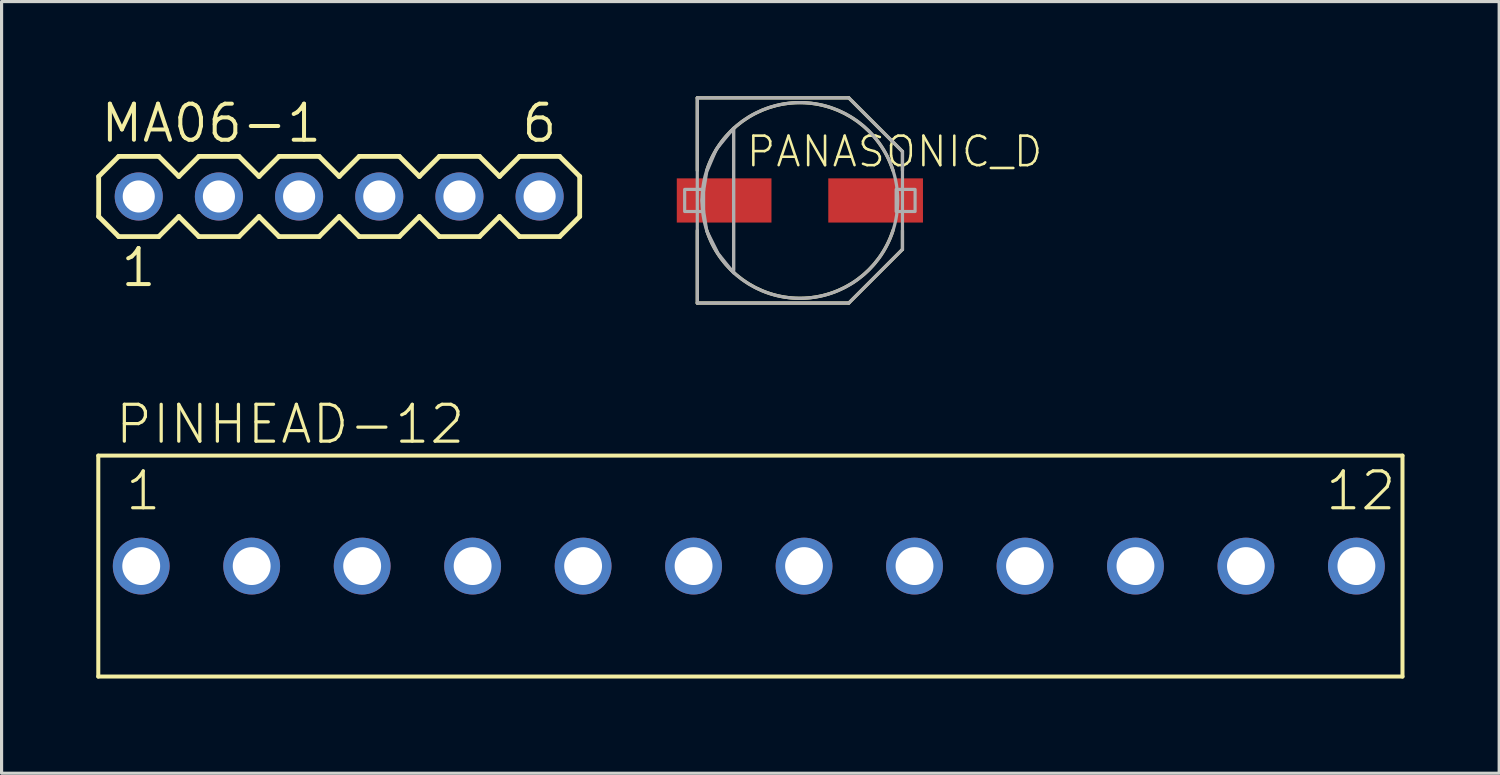
<source format=kicad_pcb>
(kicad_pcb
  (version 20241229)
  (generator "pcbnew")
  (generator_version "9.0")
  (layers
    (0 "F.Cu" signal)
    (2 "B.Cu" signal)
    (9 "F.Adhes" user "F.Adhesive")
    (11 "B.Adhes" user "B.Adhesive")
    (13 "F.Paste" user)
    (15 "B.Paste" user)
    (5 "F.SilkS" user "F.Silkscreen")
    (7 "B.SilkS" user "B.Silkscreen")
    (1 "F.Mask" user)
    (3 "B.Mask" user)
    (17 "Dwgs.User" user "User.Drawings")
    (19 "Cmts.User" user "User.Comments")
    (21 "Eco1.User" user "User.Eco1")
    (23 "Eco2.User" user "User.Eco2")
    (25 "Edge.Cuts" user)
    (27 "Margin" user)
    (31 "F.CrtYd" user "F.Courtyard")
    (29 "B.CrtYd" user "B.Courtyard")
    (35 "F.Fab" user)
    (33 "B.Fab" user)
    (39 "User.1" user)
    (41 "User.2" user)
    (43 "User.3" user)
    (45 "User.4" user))
  (footprint "PINHEAD-12"
    (layer "F.Cu")
    (at 18.924 14.885)
    (property "Reference" "PINHEAD-12" (at -18.38 -3.81 0) (unlocked yes) (layer "F.SilkS") (effects (font (size 1.168 1.168) (thickness 0.102)) (justify left bottom)))
    (fp_line (start -18.86 -3.5) (end -18.86 3.5) (stroke (width 0.127) (type solid)) (layer "F.SilkS"))
    (fp_line (start -18.86 3.5) (end 22.46 3.5) (stroke (width 0.127) (type solid)) (layer "F.SilkS"))
    (fp_line (start 22.46 -3.5) (end -18.86 -3.5) (stroke (width 0.127) (type solid)) (layer "F.SilkS"))
    (fp_line (start 22.46 3.5) (end 22.46 -3.5) (stroke (width 0.127) (type solid)) (layer "F.SilkS"))
    (fp_text user "12" (at 19.96 -1.7 0) (unlocked yes) (layer "F.SilkS") (effects (font (size 1.168 1.168) (thickness 0.102)) (justify left bottom)))
    (fp_text user "1" (at -18.06 -1.7 0) (unlocked yes) (layer "F.SilkS") (effects (font (size 1.168 1.168) (thickness 0.102)) (justify left bottom)))
    (pad "1" thru_hole circle (at -17.5 0) (size 1.8 1.8) (drill 1.2) (layers "*.Cu" "*.Mask"))
    (pad "2" thru_hole circle (at -14 0) (size 1.8 1.8) (drill 1.2) (layers "*.Cu" "*.Mask"))
    (pad "3" thru_hole circle (at -10.5 0) (size 1.8 1.8) (drill 1.2) (layers "*.Cu" "*.Mask"))
    (pad "4" thru_hole circle (at -7 0) (size 1.8 1.8) (drill 1.2) (layers "*.Cu" "*.Mask"))
    (pad "5" thru_hole circle (at -3.5 0) (size 1.8 1.8) (drill 1.2) (layers "*.Cu" "*.Mask"))
    (pad "6" thru_hole circle (at 0 0) (size 1.8 1.8) (drill 1.2) (layers "*.Cu" "*.Mask"))
    (pad "7" thru_hole circle (at 3.5 0) (size 1.8 1.8) (drill 1.2) (layers "*.Cu" "*.Mask"))
    (pad "8" thru_hole circle (at 7 0) (size 1.8 1.8) (drill 1.2) (layers "*.Cu" "*.Mask"))
    (pad "9" thru_hole circle (at 10.5 0) (size 1.8 1.8) (drill 1.2) (layers "*.Cu" "*.Mask"))
    (pad "10" thru_hole circle (at 14 0) (size 1.8 1.8) (drill 1.2) (layers "*.Cu" "*.Mask"))
    (pad "11" thru_hole circle (at 17.5 0) (size 1.8 1.8) (drill 1.2) (layers "*.Cu" "*.Mask"))
    (pad "12" thru_hole circle (at 21 0) (size 1.8 1.8) (drill 1.2) (layers "*.Cu" "*.Mask")))
  (footprint "PANASONIC_D"
    (layer "F.Cu")
    (at 22.292 3.301)
    (property "Reference" "PANASONIC_D" (at -1.75 -1 0) (unlocked yes) (layer "F.SilkS") (effects (font (size 0.935 0.935) (thickness 0.081)) (justify left bottom)))
    (fp_line (start -3.25 -3.25) (end 1.55 -3.25) (stroke (width 0.102) (type solid)) (layer "F.SilkS"))
    (fp_line (start -3.25 -0.95) (end -3.25 -3.25) (stroke (width 0.102) (type solid)) (layer "F.SilkS"))
    (fp_line (start -3.25 3.25) (end -3.25 0.95) (stroke (width 0.102) (type solid)) (layer "F.SilkS"))
    (fp_line (start 1.55 -3.25) (end 3.25 -1.55) (stroke (width 0.102) (type solid)) (layer "F.SilkS"))
    (fp_line (start 1.55 3.25) (end -3.25 3.25) (stroke (width 0.102) (type solid)) (layer "F.SilkS"))
    (fp_line (start 3.25 -1.55) (end 3.25 -0.95) (stroke (width 0.102) (type solid)) (layer "F.SilkS"))
    (fp_line (start 3.25 0.95) (end 3.25 1.55) (stroke (width 0.102) (type solid)) (layer "F.SilkS"))
    (fp_line (start 3.25 1.55) (end 1.55 3.25) (stroke (width 0.102) (type solid)) (layer "F.SilkS"))
    (fp_arc (start -2.95 -0.95) (mid 0 -3.099193) (end 2.95 -0.95) (stroke (width 0.1016) (type solid)) (layer "F.SilkS"))
    (fp_arc (start 2.95 0.95) (mid 0 3.099193) (end -2.95 0.95) (stroke (width 0.1016) (type solid)) (layer "F.SilkS"))
    (fp_line (start -3.25 -3.25) (end 1.55 -3.25) (stroke (width 0.102) (type solid)) (layer "F.Fab"))
    (fp_line (start -3.25 3.25) (end -3.25 -3.25) (stroke (width 0.102) (type solid)) (layer "F.Fab"))
    (fp_line (start -2.1 -2.25) (end -2.1 2.2) (stroke (width 0.102) (type solid)) (layer "F.Fab"))
    (fp_line (start 1.55 -3.25) (end 3.25 -1.55) (stroke (width 0.102) (type solid)) (layer "F.Fab"))
    (fp_line (start 1.55 3.25) (end -3.25 3.25) (stroke (width 0.102) (type solid)) (layer "F.Fab"))
    (fp_line (start 3.25 -1.55) (end 3.25 1.55) (stroke (width 0.102) (type solid)) (layer "F.Fab"))
    (fp_line (start 3.25 1.55) (end 1.55 3.25) (stroke (width 0.102) (type solid)) (layer "F.Fab"))
    (fp_circle (center 0 0) (end 3.1 0) (stroke (width 0.102) (type solid)) (fill no) (layer "F.Fab"))
    (fp_poly (pts (xy -3.65 0.35) (xy -3.05 0.35) (xy -3.05 -0.35) (xy -3.65 -0.35)) (stroke (width 0.1) (type default)) (fill no) (layer "F.Fab"))
    (fp_poly (pts (xy 3.05 0.35) (xy 3.65 0.35) (xy 3.65 -0.35) (xy 3.05 -0.35)) (stroke (width 0.1) (type default)) (fill no) (layer "F.Fab"))
    (fp_poly (pts (xy -2.099 2.295) (xy -2.593 1.678) (xy -2.949 0.966) (xy -3.101 -0.00022) (xy -2.949 -0.914) (xy -2.644 -1.627) (xy -2.099 -2.292)) (stroke (width 0.1) (type default)) (fill no) (layer "F.Fab"))
    (pad "+" smd rect (at 2.4 0) (size 3 1.4) (layers "F.Cu" "F.Mask" "F.Paste"))
    (pad "-" smd rect (at -2.4 0) (size 3 1.4) (layers "F.Cu" "F.Mask" "F.Paste")))
  (footprint "MA06-1"
    (layer "F.Cu")
    (at 7.696 3.175)
    (property "Reference" "MA06-1" (at -7.62 -1.651 0) (unlocked yes) (layer "F.SilkS") (effects (font (size 1.143 1.143) (thickness 0.127)) (justify left bottom)))
    (fp_line (start -7.62 -0.635) (end -7.62 0.635) (stroke (width 0.152) (type solid)) (layer "F.SilkS"))
    (fp_line (start -7.62 0.635) (end -6.985 1.27) (stroke (width 0.152) (type solid)) (layer "F.SilkS"))
    (fp_line (start -6.985 -1.27) (end -7.62 -0.635) (stroke (width 0.152) (type solid)) (layer "F.SilkS"))
    (fp_line (start -6.985 -1.27) (end -5.715 -1.27) (stroke (width 0.152) (type solid)) (layer "F.SilkS"))
    (fp_line (start -5.715 -1.27) (end -5.08 -0.635) (stroke (width 0.152) (type solid)) (layer "F.SilkS"))
    (fp_line (start -5.715 1.27) (end -6.985 1.27) (stroke (width 0.152) (type solid)) (layer "F.SilkS"))
    (fp_line (start -5.08 -0.635) (end -4.445 -1.27) (stroke (width 0.152) (type solid)) (layer "F.SilkS"))
    (fp_line (start -5.08 0.635) (end -5.715 1.27) (stroke (width 0.152) (type solid)) (layer "F.SilkS"))
    (fp_line (start -4.445 -1.27) (end -3.175 -1.27) (stroke (width 0.152) (type solid)) (layer "F.SilkS"))
    (fp_line (start -4.445 1.27) (end -5.08 0.635) (stroke (width 0.152) (type solid)) (layer "F.SilkS"))
    (fp_line (start -3.175 -1.27) (end -2.54 -0.635) (stroke (width 0.152) (type solid)) (layer "F.SilkS"))
    (fp_line (start -3.175 1.27) (end -4.445 1.27) (stroke (width 0.152) (type solid)) (layer "F.SilkS"))
    (fp_line (start -2.54 -0.635) (end -1.905 -1.27) (stroke (width 0.152) (type solid)) (layer "F.SilkS"))
    (fp_line (start -2.54 0.635) (end -3.175 1.27) (stroke (width 0.152) (type solid)) (layer "F.SilkS"))
    (fp_line (start -1.905 -1.27) (end -0.635 -1.27) (stroke (width 0.152) (type solid)) (layer "F.SilkS"))
    (fp_line (start -1.905 1.27) (end -2.54 0.635) (stroke (width 0.152) (type solid)) (layer "F.SilkS"))
    (fp_line (start -0.635 -1.27) (end 0 -0.635) (stroke (width 0.152) (type solid)) (layer "F.SilkS"))
    (fp_line (start -0.635 1.27) (end -1.905 1.27) (stroke (width 0.152) (type solid)) (layer "F.SilkS"))
    (fp_line (start 0 0.635) (end -0.635 1.27) (stroke (width 0.152) (type solid)) (layer "F.SilkS"))
    (fp_line (start 0 0.635) (end 0.635 1.27) (stroke (width 0.152) (type solid)) (layer "F.SilkS"))
    (fp_line (start 0.635 -1.27) (end 0 -0.635) (stroke (width 0.152) (type solid)) (layer "F.SilkS"))
    (fp_line (start 0.635 -1.27) (end 1.905 -1.27) (stroke (width 0.152) (type solid)) (layer "F.SilkS"))
    (fp_line (start 1.905 -1.27) (end 2.54 -0.635) (stroke (width 0.152) (type solid)) (layer "F.SilkS"))
    (fp_line (start 1.905 1.27) (end 0.635 1.27) (stroke (width 0.152) (type solid)) (layer "F.SilkS"))
    (fp_line (start 2.54 -0.635) (end 3.175 -1.27) (stroke (width 0.152) (type solid)) (layer "F.SilkS"))
    (fp_line (start 2.54 0.635) (end 1.905 1.27) (stroke (width 0.152) (type solid)) (layer "F.SilkS"))
    (fp_line (start 3.175 -1.27) (end 4.445 -1.27) (stroke (width 0.152) (type solid)) (layer "F.SilkS"))
    (fp_line (start 3.175 1.27) (end 2.54 0.635) (stroke (width 0.152) (type solid)) (layer "F.SilkS"))
    (fp_line (start 4.445 -1.27) (end 5.08 -0.635) (stroke (width 0.152) (type solid)) (layer "F.SilkS"))
    (fp_line (start 4.445 1.27) (end 3.175 1.27) (stroke (width 0.152) (type solid)) (layer "F.SilkS"))
    (fp_line (start 5.08 -0.635) (end 5.715 -1.27) (stroke (width 0.152) (type solid)) (layer "F.SilkS"))
    (fp_line (start 5.08 0.635) (end 4.445 1.27) (stroke (width 0.152) (type solid)) (layer "F.SilkS"))
    (fp_line (start 5.715 -1.27) (end 6.985 -1.27) (stroke (width 0.152) (type solid)) (layer "F.SilkS"))
    (fp_line (start 5.715 1.27) (end 5.08 0.635) (stroke (width 0.152) (type solid)) (layer "F.SilkS"))
    (fp_line (start 6.985 -1.27) (end 7.62 -0.635) (stroke (width 0.152) (type solid)) (layer "F.SilkS"))
    (fp_line (start 6.985 1.27) (end 5.715 1.27) (stroke (width 0.152) (type solid)) (layer "F.SilkS"))
    (fp_line (start 7.62 -0.635) (end 7.62 0.635) (stroke (width 0.152) (type solid)) (layer "F.SilkS"))
    (fp_line (start 7.62 0.635) (end 6.985 1.27) (stroke (width 0.152) (type solid)) (layer "F.SilkS"))
    (fp_poly (pts (xy -6.604 0.254) (xy -6.096 0.254) (xy -6.096 -0.254) (xy -6.604 -0.254)) (stroke (width 0.1) (type default)) (fill no) (layer "F.Fab"))
    (fp_poly (pts (xy -4.064 0.254) (xy -3.556 0.254) (xy -3.556 -0.254) (xy -4.064 -0.254)) (stroke (width 0.1) (type default)) (fill no) (layer "F.Fab"))
    (fp_poly (pts (xy -1.524 0.254) (xy -1.016 0.254) (xy -1.016 -0.254) (xy -1.524 -0.254)) (stroke (width 0.1) (type default)) (fill no) (layer "F.Fab"))
    (fp_poly (pts (xy 1.016 0.254) (xy 1.524 0.254) (xy 1.524 -0.254) (xy 1.016 -0.254)) (stroke (width 0.1) (type default)) (fill no) (layer "F.Fab"))
    (fp_poly (pts (xy 3.556 0.254) (xy 4.064 0.254) (xy 4.064 -0.254) (xy 3.556 -0.254)) (stroke (width 0.1) (type default)) (fill no) (layer "F.Fab"))
    (fp_poly (pts (xy 6.096 0.254) (xy 6.604 0.254) (xy 6.604 -0.254) (xy 6.096 -0.254)) (stroke (width 0.1) (type default)) (fill no) (layer "F.Fab"))
    (fp_text user "1" (at -6.985 2.921 0) (unlocked yes) (layer "F.SilkS") (effects (font (size 1.143 1.143) (thickness 0.127)) (justify left bottom)))
    (fp_text user "6" (at 5.715 -1.651 0) (unlocked yes) (layer "F.SilkS") (effects (font (size 1.143 1.143) (thickness 0.127)) (justify left bottom)))
    (pad "1" thru_hole circle (at -6.35 0 90) (size 1.524 1.524) (drill 1.016) (layers "*.Cu" "*.Mask"))
    (pad "2" thru_hole circle (at -3.81 0 90) (size 1.524 1.524) (drill 1.016) (layers "*.Cu" "*.Mask"))
    (pad "3" thru_hole circle (at -1.27 0 90) (size 1.524 1.524) (drill 1.016) (layers "*.Cu" "*.Mask"))
    (pad "4" thru_hole circle (at 1.27 0 90) (size 1.524 1.524) (drill 1.016) (layers "*.Cu" "*.Mask"))
    (pad "5" thru_hole circle (at 3.81 0 90) (size 1.524 1.524) (drill 1.016) (layers "*.Cu" "*.Mask"))
    (pad "6" thru_hole circle (at 6.35 0 90) (size 1.524 1.524) (drill 1.016) (layers "*.Cu" "*.Mask")))
  (gr_rect
    (start -3 -3)
    (end 44.447 21.448)
    (stroke (width 0.1) (type default))
    (fill no)
    (layer "Edge.Cuts")))
</source>
